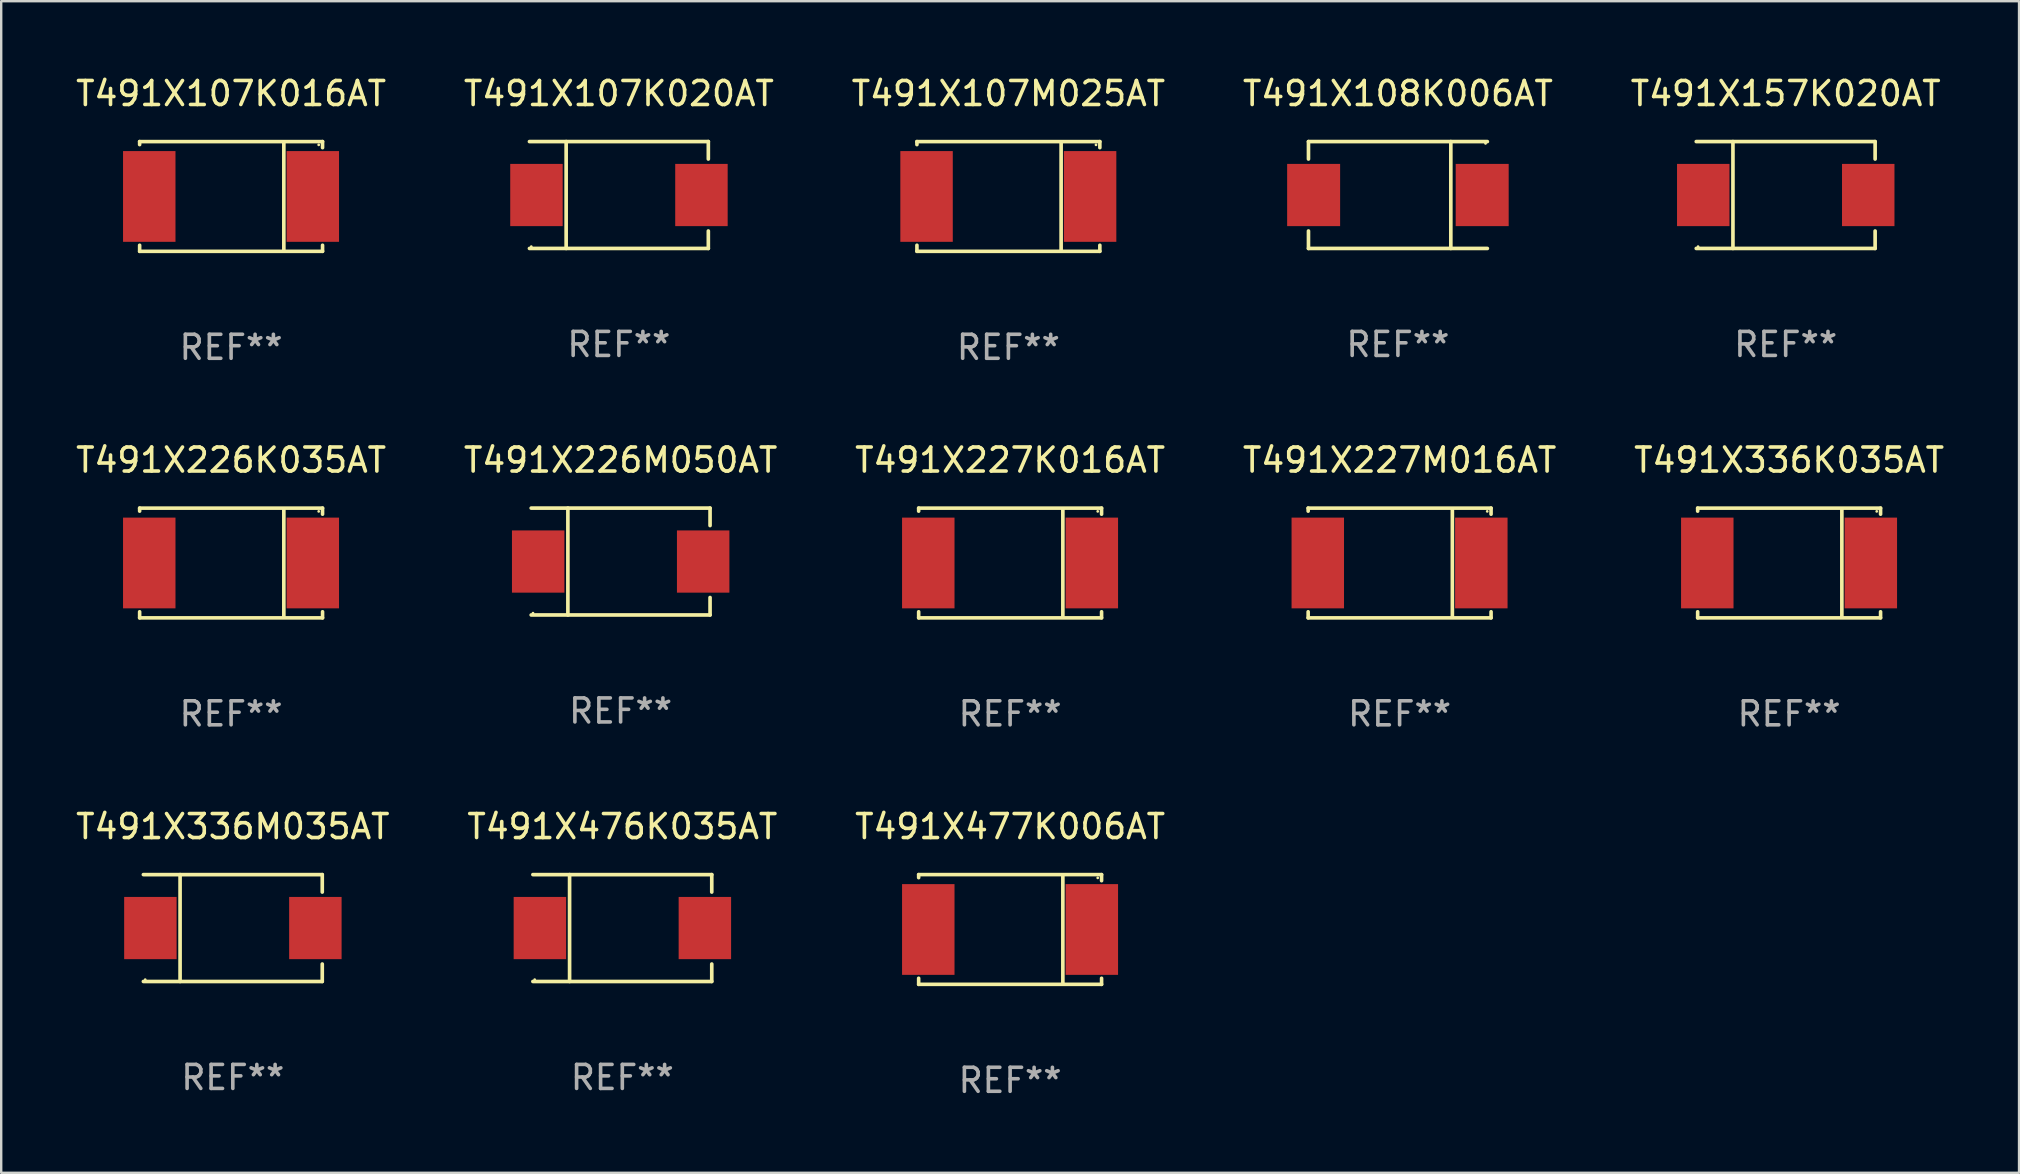
<source format=kicad_pcb>
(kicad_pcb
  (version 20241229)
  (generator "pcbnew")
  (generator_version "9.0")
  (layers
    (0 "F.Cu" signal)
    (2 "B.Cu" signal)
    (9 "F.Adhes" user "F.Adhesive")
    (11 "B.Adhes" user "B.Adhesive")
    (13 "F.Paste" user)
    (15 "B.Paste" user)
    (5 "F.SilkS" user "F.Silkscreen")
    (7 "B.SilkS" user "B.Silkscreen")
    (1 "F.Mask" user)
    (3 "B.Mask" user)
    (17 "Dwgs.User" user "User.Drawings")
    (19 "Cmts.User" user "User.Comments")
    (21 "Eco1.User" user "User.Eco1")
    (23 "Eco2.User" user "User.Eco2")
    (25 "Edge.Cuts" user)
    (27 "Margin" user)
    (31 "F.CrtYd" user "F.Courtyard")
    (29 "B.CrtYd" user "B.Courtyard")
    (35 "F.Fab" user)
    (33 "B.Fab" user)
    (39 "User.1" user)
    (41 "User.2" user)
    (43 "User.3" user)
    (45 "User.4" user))
  (footprint "T491X336K035AT"
    (layer "F.Cu")
    (at 71.482 20.403)
    (property "Reference" "T491X336K035AT" (at 0 -4.286 0) (layer "F.SilkS") (effects (font (size 1 1) (thickness 0.15))))
    (attr through_hole)
    (fp_line (start -3.81 -2.286) (end -3.81 -2.159) (stroke (width 0.15) (type solid)) (layer "F.SilkS"))
    (fp_line (start -3.81 2.032) (end -3.81 2.286) (stroke (width 0.15) (type solid)) (layer "F.SilkS"))
    (fp_line (start -3.81 2.286) (end 3.81 2.286) (stroke (width 0.15) (type solid)) (layer "F.SilkS"))
    (fp_line (start 2.197 -2.226) (end 2.197 2.226) (stroke (width 0.152) (type solid)) (layer "F.SilkS"))
    (fp_line (start 3.81 -2.286) (end -3.81 -2.286) (stroke (width 0.15) (type solid)) (layer "F.SilkS"))
    (fp_line (start 3.81 -2.032) (end 3.81 -2.286) (stroke (width 0.15) (type solid)) (layer "F.SilkS"))
    (fp_line (start 3.81 2.286) (end 3.81 2.032) (stroke (width 0.15) (type solid)) (layer "F.SilkS"))
    (fp_circle (center 3.65 -2.15) (end 3.68 -2.15) (stroke (width 0.06) (type solid)) (fill no) (layer "F.SilkS"))
    (fp_text user "REF**" (at 0 6.286 0) (layer "F.Fab") (effects (font (size 1 1) (thickness 0.15))))
    (pad "1" smd rect (at 3.404 0 180) (size 2.185 3.78) (layers "F.Cu" "F.Mask" "F.Paste"))
    (pad "2" smd rect (at -3.409 0 180) (size 2.185 3.78) (layers "F.Cu" "F.Mask" "F.Paste")))
  (footprint "T491X226K035AT"
    (layer "F.Cu")
    (at 6.577 20.403)
    (property "Reference" "T491X226K035AT" (at 0 -4.286 0) (layer "F.SilkS") (effects (font (size 1 1) (thickness 0.15))))
    (attr through_hole)
    (fp_line (start -3.81 -2.286) (end -3.81 -2.159) (stroke (width 0.15) (type solid)) (layer "F.SilkS"))
    (fp_line (start -3.81 2.032) (end -3.81 2.286) (stroke (width 0.15) (type solid)) (layer "F.SilkS"))
    (fp_line (start -3.81 2.286) (end 3.81 2.286) (stroke (width 0.15) (type solid)) (layer "F.SilkS"))
    (fp_line (start 2.197 -2.226) (end 2.197 2.226) (stroke (width 0.152) (type solid)) (layer "F.SilkS"))
    (fp_line (start 3.81 -2.286) (end -3.81 -2.286) (stroke (width 0.15) (type solid)) (layer "F.SilkS"))
    (fp_line (start 3.81 -2.032) (end 3.81 -2.286) (stroke (width 0.15) (type solid)) (layer "F.SilkS"))
    (fp_line (start 3.81 2.286) (end 3.81 2.032) (stroke (width 0.15) (type solid)) (layer "F.SilkS"))
    (fp_circle (center 3.65 -2.15) (end 3.68 -2.15) (stroke (width 0.06) (type solid)) (fill no) (layer "F.SilkS"))
    (fp_text user "REF**" (at 0 6.286 0) (layer "F.Fab") (effects (font (size 1 1) (thickness 0.15))))
    (pad "1" smd rect (at 3.404 0 180) (size 2.185 3.78) (layers "F.Cu" "F.Mask" "F.Paste"))
    (pad "2" smd rect (at -3.409 0 180) (size 2.185 3.78) (layers "F.Cu" "F.Mask" "F.Paste")))
  (footprint "T491X107K020AT"
    (layer "F.Cu")
    (at 22.732 5.074)
    (property "Reference" "T491X107K020AT" (at 0 -4.226 0) (layer "F.SilkS") (effects (font (size 1 1) (thickness 0.15))))
    (attr through_hole)
    (fp_line (start -3.726 -2.226) (end 3.726 -2.226) (stroke (width 0.152) (type solid)) (layer "F.SilkS"))
    (fp_line (start -3.726 2.226) (end 3.726 2.226) (stroke (width 0.152) (type solid)) (layer "F.SilkS"))
    (fp_line (start -2.197 -2.226) (end -2.197 2.226) (stroke (width 0.152) (type solid)) (layer "F.SilkS"))
    (fp_line (start 3.726 -2.226) (end 3.726 -1.499) (stroke (width 0.152) (type solid)) (layer "F.SilkS"))
    (fp_line (start 3.726 2.226) (end 3.726 1.499) (stroke (width 0.152) (type solid)) (layer "F.SilkS"))
    (fp_circle (center -3.65 2.15) (end -3.62 2.15) (stroke (width 0.06) (type solid)) (fill no) (layer "F.SilkS"))
    (fp_text user "REF**" (at 0 6.226 0) (layer "F.Fab") (effects (font (size 1 1) (thickness 0.15))))
    (pad "1" smd rect (at -3.434 0 180) (size 2.185 2.592) (layers "F.Cu" "F.Mask" "F.Paste"))
    (pad "2" smd rect (at 3.439 0 180) (size 2.185 2.592) (layers "F.Cu" "F.Mask" "F.Paste")))
  (footprint "T491X477K006AT"
    (layer "F.Cu")
    (at 39.03 35.671)
    (property "Reference" "T491X477K006AT" (at 0 -4.286 0) (layer "F.SilkS") (effects (font (size 1 1) (thickness 0.15))))
    (attr through_hole)
    (fp_line (start -3.81 -2.286) (end -3.81 -2.159) (stroke (width 0.15) (type solid)) (layer "F.SilkS"))
    (fp_line (start -3.81 2.032) (end -3.81 2.286) (stroke (width 0.15) (type solid)) (layer "F.SilkS"))
    (fp_line (start -3.81 2.286) (end 3.81 2.286) (stroke (width 0.15) (type solid)) (layer "F.SilkS"))
    (fp_line (start 2.197 -2.226) (end 2.197 2.226) (stroke (width 0.152) (type solid)) (layer "F.SilkS"))
    (fp_line (start 3.81 -2.286) (end -3.81 -2.286) (stroke (width 0.15) (type solid)) (layer "F.SilkS"))
    (fp_line (start 3.81 -2.032) (end 3.81 -2.286) (stroke (width 0.15) (type solid)) (layer "F.SilkS"))
    (fp_line (start 3.81 2.286) (end 3.81 2.032) (stroke (width 0.15) (type solid)) (layer "F.SilkS"))
    (fp_circle (center 3.65 -2.15) (end 3.68 -2.15) (stroke (width 0.06) (type solid)) (fill no) (layer "F.SilkS"))
    (fp_text user "REF**" (at 0 6.286 0) (layer "F.Fab") (effects (font (size 1 1) (thickness 0.15))))
    (pad "1" smd rect (at 3.404 0 180) (size 2.185 3.78) (layers "F.Cu" "F.Mask" "F.Paste"))
    (pad "2" smd rect (at -3.409 0 180) (size 2.185 3.78) (layers "F.Cu" "F.Mask" "F.Paste")))
  (footprint "T491X336M035AT"
    (layer "F.Cu")
    (at 6.649 35.611)
    (property "Reference" "T491X336M035AT" (at 0 -4.226 0) (layer "F.SilkS") (effects (font (size 1 1) (thickness 0.15))))
    (attr through_hole)
    (fp_line (start -3.726 -2.226) (end 3.726 -2.226) (stroke (width 0.152) (type solid)) (layer "F.SilkS"))
    (fp_line (start -3.726 2.226) (end 3.726 2.226) (stroke (width 0.152) (type solid)) (layer "F.SilkS"))
    (fp_line (start -2.197 -2.226) (end -2.197 2.226) (stroke (width 0.152) (type solid)) (layer "F.SilkS"))
    (fp_line (start 3.726 -2.226) (end 3.726 -1.499) (stroke (width 0.152) (type solid)) (layer "F.SilkS"))
    (fp_line (start 3.726 2.226) (end 3.726 1.499) (stroke (width 0.152) (type solid)) (layer "F.SilkS"))
    (fp_circle (center -3.65 2.15) (end -3.62 2.15) (stroke (width 0.06) (type solid)) (fill no) (layer "F.SilkS"))
    (fp_text user "REF**" (at 0 6.226 0) (layer "F.Fab") (effects (font (size 1 1) (thickness 0.15))))
    (pad "1" smd rect (at -3.434 0 180) (size 2.185 2.592) (layers "F.Cu" "F.Mask" "F.Paste"))
    (pad "2" smd rect (at 3.439 0 180) (size 2.185 2.592) (layers "F.Cu" "F.Mask" "F.Paste")))
  (footprint "T491X107K016AT"
    (layer "F.Cu")
    (at 6.577 5.134)
    (property "Reference" "T491X107K016AT" (at 0 -4.286 0) (layer "F.SilkS") (effects (font (size 1 1) (thickness 0.15))))
    (attr through_hole)
    (fp_line (start -3.81 -2.286) (end -3.81 -2.159) (stroke (width 0.15) (type solid)) (layer "F.SilkS"))
    (fp_line (start -3.81 2.032) (end -3.81 2.286) (stroke (width 0.15) (type solid)) (layer "F.SilkS"))
    (fp_line (start -3.81 2.286) (end 3.81 2.286) (stroke (width 0.15) (type solid)) (layer "F.SilkS"))
    (fp_line (start 2.197 -2.226) (end 2.197 2.226) (stroke (width 0.152) (type solid)) (layer "F.SilkS"))
    (fp_line (start 3.81 -2.286) (end -3.81 -2.286) (stroke (width 0.15) (type solid)) (layer "F.SilkS"))
    (fp_line (start 3.81 -2.032) (end 3.81 -2.286) (stroke (width 0.15) (type solid)) (layer "F.SilkS"))
    (fp_line (start 3.81 2.286) (end 3.81 2.032) (stroke (width 0.15) (type solid)) (layer "F.SilkS"))
    (fp_circle (center 3.65 -2.15) (end 3.68 -2.15) (stroke (width 0.06) (type solid)) (fill no) (layer "F.SilkS"))
    (fp_text user "REF**" (at 0 6.286 0) (layer "F.Fab") (effects (font (size 1 1) (thickness 0.15))))
    (pad "1" smd rect (at 3.404 0 180) (size 2.185 3.78) (layers "F.Cu" "F.Mask" "F.Paste"))
    (pad "2" smd rect (at -3.409 0 180) (size 2.185 3.78) (layers "F.Cu" "F.Mask" "F.Paste")))
  (footprint "T491X226M050AT"
    (layer "F.Cu")
    (at 22.804 20.343)
    (property "Reference" "T491X226M050AT" (at 0 -4.226 0) (layer "F.SilkS") (effects (font (size 1 1) (thickness 0.15))))
    (attr through_hole)
    (fp_line (start -3.726 -2.226) (end 3.726 -2.226) (stroke (width 0.152) (type solid)) (layer "F.SilkS"))
    (fp_line (start -3.726 2.226) (end 3.726 2.226) (stroke (width 0.152) (type solid)) (layer "F.SilkS"))
    (fp_line (start -2.197 -2.226) (end -2.197 2.226) (stroke (width 0.152) (type solid)) (layer "F.SilkS"))
    (fp_line (start 3.726 -2.226) (end 3.726 -1.499) (stroke (width 0.152) (type solid)) (layer "F.SilkS"))
    (fp_line (start 3.726 2.226) (end 3.726 1.499) (stroke (width 0.152) (type solid)) (layer "F.SilkS"))
    (fp_circle (center -3.65 2.15) (end -3.62 2.15) (stroke (width 0.06) (type solid)) (fill no) (layer "F.SilkS"))
    (fp_text user "REF**" (at 0 6.226 0) (layer "F.Fab") (effects (font (size 1 1) (thickness 0.15))))
    (pad "1" smd rect (at -3.434 0 180) (size 2.185 2.592) (layers "F.Cu" "F.Mask" "F.Paste"))
    (pad "2" smd rect (at 3.439 0 180) (size 2.185 2.592) (layers "F.Cu" "F.Mask" "F.Paste")))
  (footprint "T491X108K006AT"
    (layer "F.Cu")
    (at 55.185 5.074)
    (property "Reference" "T491X108K006AT" (at 0 -4.226 0) (layer "F.SilkS") (effects (font (size 1 1) (thickness 0.15))))
    (attr through_hole)
    (fp_line (start -3.726 -2.226) (end -3.726 -1.499) (stroke (width 0.152) (type solid)) (layer "F.SilkS"))
    (fp_line (start -3.726 -2.226) (end 3.726 -2.226) (stroke (width 0.152) (type solid)) (layer "F.SilkS"))
    (fp_line (start -3.726 2.226) (end -3.726 1.499) (stroke (width 0.152) (type solid)) (layer "F.SilkS"))
    (fp_line (start -3.726 2.226) (end 3.726 2.226) (stroke (width 0.152) (type solid)) (layer "F.SilkS"))
    (fp_line (start 2.204 -2.226) (end 2.204 2.226) (stroke (width 0.152) (type solid)) (layer "F.SilkS"))
    (fp_circle (center 3.65 -2.15) (end 3.68 -2.15) (stroke (width 0.06) (type solid)) (fill no) (layer "F.SilkS"))
    (fp_text user "REF**" (at 0 6.226 0) (layer "F.Fab") (effects (font (size 1 1) (thickness 0.15))))
    (pad "1" smd rect (at 3.511 0) (size 2.207 2.592) (layers "F.Cu" "F.Mask" "F.Paste"))
    (pad "2" smd rect (at -3.511 0) (size 2.207 2.592) (layers "F.Cu" "F.Mask" "F.Paste")))
  (footprint "T491X227M016AT"
    (layer "F.Cu")
    (at 55.256 20.403)
    (property "Reference" "T491X227M016AT" (at 0 -4.286 0) (layer "F.SilkS") (effects (font (size 1 1) (thickness 0.15))))
    (attr through_hole)
    (fp_line (start -3.81 -2.286) (end -3.81 -2.159) (stroke (width 0.15) (type solid)) (layer "F.SilkS"))
    (fp_line (start -3.81 2.032) (end -3.81 2.286) (stroke (width 0.15) (type solid)) (layer "F.SilkS"))
    (fp_line (start -3.81 2.286) (end 3.81 2.286) (stroke (width 0.15) (type solid)) (layer "F.SilkS"))
    (fp_line (start 2.197 -2.226) (end 2.197 2.226) (stroke (width 0.152) (type solid)) (layer "F.SilkS"))
    (fp_line (start 3.81 -2.286) (end -3.81 -2.286) (stroke (width 0.15) (type solid)) (layer "F.SilkS"))
    (fp_line (start 3.81 -2.032) (end 3.81 -2.286) (stroke (width 0.15) (type solid)) (layer "F.SilkS"))
    (fp_line (start 3.81 2.286) (end 3.81 2.032) (stroke (width 0.15) (type solid)) (layer "F.SilkS"))
    (fp_circle (center 3.65 -2.15) (end 3.68 -2.15) (stroke (width 0.06) (type solid)) (fill no) (layer "F.SilkS"))
    (fp_text user "REF**" (at 0 6.286 0) (layer "F.Fab") (effects (font (size 1 1) (thickness 0.15))))
    (pad "1" smd rect (at 3.404 0 180) (size 2.185 3.78) (layers "F.Cu" "F.Mask" "F.Paste"))
    (pad "2" smd rect (at -3.409 0 180) (size 2.185 3.78) (layers "F.Cu" "F.Mask" "F.Paste")))
  (footprint "T491X227K016AT"
    (layer "F.Cu")
    (at 39.03 20.403)
    (property "Reference" "T491X227K016AT" (at 0 -4.286 0) (layer "F.SilkS") (effects (font (size 1 1) (thickness 0.15))))
    (attr through_hole)
    (fp_line (start -3.81 -2.286) (end -3.81 -2.159) (stroke (width 0.15) (type solid)) (layer "F.SilkS"))
    (fp_line (start -3.81 2.032) (end -3.81 2.286) (stroke (width 0.15) (type solid)) (layer "F.SilkS"))
    (fp_line (start -3.81 2.286) (end 3.81 2.286) (stroke (width 0.15) (type solid)) (layer "F.SilkS"))
    (fp_line (start 2.197 -2.226) (end 2.197 2.226) (stroke (width 0.152) (type solid)) (layer "F.SilkS"))
    (fp_line (start 3.81 -2.286) (end -3.81 -2.286) (stroke (width 0.15) (type solid)) (layer "F.SilkS"))
    (fp_line (start 3.81 -2.032) (end 3.81 -2.286) (stroke (width 0.15) (type solid)) (layer "F.SilkS"))
    (fp_line (start 3.81 2.286) (end 3.81 2.032) (stroke (width 0.15) (type solid)) (layer "F.SilkS"))
    (fp_circle (center 3.65 -2.15) (end 3.68 -2.15) (stroke (width 0.06) (type solid)) (fill no) (layer "F.SilkS"))
    (fp_text user "REF**" (at 0 6.286 0) (layer "F.Fab") (effects (font (size 1 1) (thickness 0.15))))
    (pad "1" smd rect (at 3.404 0 180) (size 2.185 3.78) (layers "F.Cu" "F.Mask" "F.Paste"))
    (pad "2" smd rect (at -3.409 0 180) (size 2.185 3.78) (layers "F.Cu" "F.Mask" "F.Paste")))
  (footprint "T491X476K035AT"
    (layer "F.Cu")
    (at 22.875 35.611)
    (property "Reference" "T491X476K035AT" (at 0 -4.226 0) (layer "F.SilkS") (effects (font (size 1 1) (thickness 0.15))))
    (attr through_hole)
    (fp_line (start -3.726 -2.226) (end 3.726 -2.226) (stroke (width 0.152) (type solid)) (layer "F.SilkS"))
    (fp_line (start -3.726 2.226) (end 3.726 2.226) (stroke (width 0.152) (type solid)) (layer "F.SilkS"))
    (fp_line (start -2.197 -2.226) (end -2.197 2.226) (stroke (width 0.152) (type solid)) (layer "F.SilkS"))
    (fp_line (start 3.726 -2.226) (end 3.726 -1.499) (stroke (width 0.152) (type solid)) (layer "F.SilkS"))
    (fp_line (start 3.726 2.226) (end 3.726 1.499) (stroke (width 0.152) (type solid)) (layer "F.SilkS"))
    (fp_circle (center -3.65 2.15) (end -3.62 2.15) (stroke (width 0.06) (type solid)) (fill no) (layer "F.SilkS"))
    (fp_text user "REF**" (at 0 6.226 0) (layer "F.Fab") (effects (font (size 1 1) (thickness 0.15))))
    (pad "1" smd rect (at -3.434 0 180) (size 2.185 2.592) (layers "F.Cu" "F.Mask" "F.Paste"))
    (pad "2" smd rect (at 3.439 0 180) (size 2.185 2.592) (layers "F.Cu" "F.Mask" "F.Paste")))
  (footprint "T491X107M025AT"
    (layer "F.Cu")
    (at 38.958 5.134)
    (property "Reference" "T491X107M025AT" (at 0 -4.286 0) (layer "F.SilkS") (effects (font (size 1 1) (thickness 0.15))))
    (attr through_hole)
    (fp_line (start -3.81 -2.286) (end -3.81 -2.159) (stroke (width 0.15) (type solid)) (layer "F.SilkS"))
    (fp_line (start -3.81 2.032) (end -3.81 2.286) (stroke (width 0.15) (type solid)) (layer "F.SilkS"))
    (fp_line (start -3.81 2.286) (end 3.81 2.286) (stroke (width 0.15) (type solid)) (layer "F.SilkS"))
    (fp_line (start 2.197 -2.226) (end 2.197 2.226) (stroke (width 0.152) (type solid)) (layer "F.SilkS"))
    (fp_line (start 3.81 -2.286) (end -3.81 -2.286) (stroke (width 0.15) (type solid)) (layer "F.SilkS"))
    (fp_line (start 3.81 -2.032) (end 3.81 -2.286) (stroke (width 0.15) (type solid)) (layer "F.SilkS"))
    (fp_line (start 3.81 2.286) (end 3.81 2.032) (stroke (width 0.15) (type solid)) (layer "F.SilkS"))
    (fp_circle (center 3.65 -2.15) (end 3.68 -2.15) (stroke (width 0.06) (type solid)) (fill no) (layer "F.SilkS"))
    (fp_text user "REF**" (at 0 6.286 0) (layer "F.Fab") (effects (font (size 1 1) (thickness 0.15))))
    (pad "1" smd rect (at 3.404 0 180) (size 2.185 3.78) (layers "F.Cu" "F.Mask" "F.Paste"))
    (pad "2" smd rect (at -3.409 0 180) (size 2.185 3.78) (layers "F.Cu" "F.Mask" "F.Paste")))
  (footprint "T491X157K020AT"
    (layer "F.Cu")
    (at 71.339 5.074)
    (property "Reference" "T491X157K020AT" (at 0 -4.226 0) (layer "F.SilkS") (effects (font (size 1 1) (thickness 0.15))))
    (attr through_hole)
    (fp_line (start -3.726 -2.226) (end 3.726 -2.226) (stroke (width 0.152) (type solid)) (layer "F.SilkS"))
    (fp_line (start -3.726 2.226) (end 3.726 2.226) (stroke (width 0.152) (type solid)) (layer "F.SilkS"))
    (fp_line (start -2.197 -2.226) (end -2.197 2.226) (stroke (width 0.152) (type solid)) (layer "F.SilkS"))
    (fp_line (start 3.726 -2.226) (end 3.726 -1.499) (stroke (width 0.152) (type solid)) (layer "F.SilkS"))
    (fp_line (start 3.726 2.226) (end 3.726 1.499) (stroke (width 0.152) (type solid)) (layer "F.SilkS"))
    (fp_circle (center -3.65 2.15) (end -3.62 2.15) (stroke (width 0.06) (type solid)) (fill no) (layer "F.SilkS"))
    (fp_text user "REF**" (at 0 6.226 0) (layer "F.Fab") (effects (font (size 1 1) (thickness 0.15))))
    (pad "1" smd rect (at -3.434 0 180) (size 2.185 2.592) (layers "F.Cu" "F.Mask" "F.Paste"))
    (pad "2" smd rect (at 3.439 0 180) (size 2.185 2.592) (layers "F.Cu" "F.Mask" "F.Paste")))
  (gr_rect
    (start -3 -3)
    (end 81.06 45.806)
    (stroke (width 0.1) (type default))
    (fill no)
    (layer "Edge.Cuts")))
</source>
